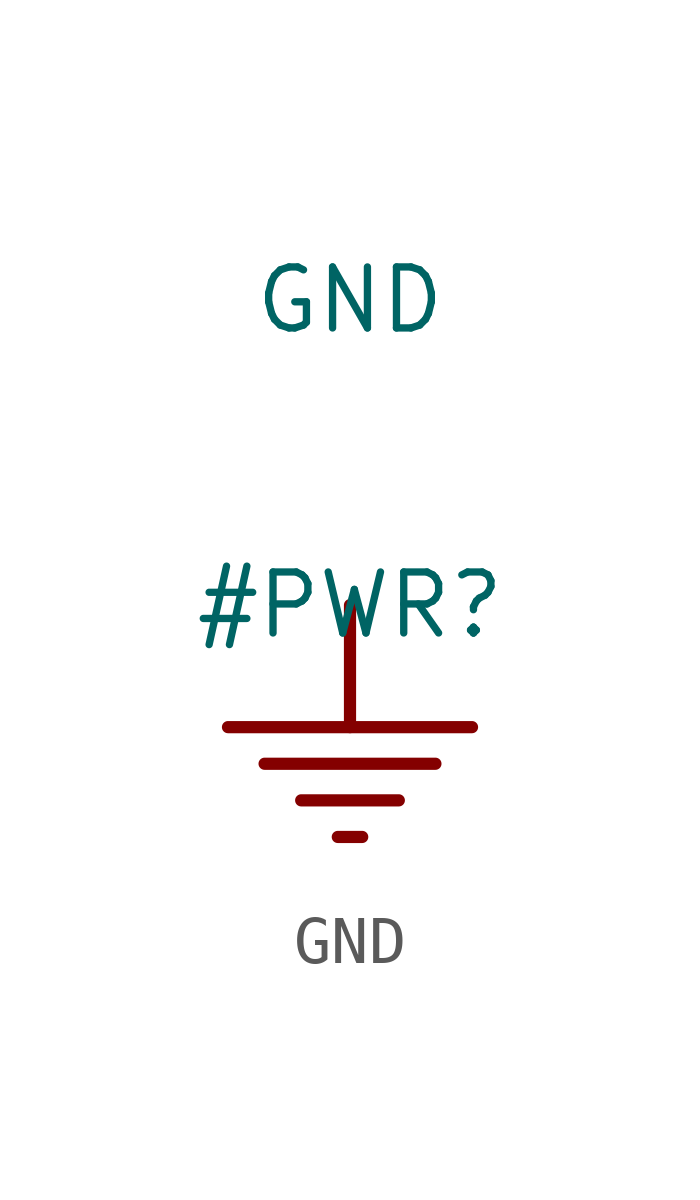
<source format=kicad_sym>
(kicad_symbol_lib
  (version 20211014)
  (generator kicad_symbol_editor)
  (symbol "GND"
    (power)
    (property "Reference" "#PWR"
      (at 0 0 0)
      (effects (font (size 1.27 1.27))))
    (property "Value" "GND"
      (at 0 6.35 0)
      (effects (font (size 1.27 1.27))))
    (symbol "GND_0_0"
      (polyline (pts (xy -2.54 -2.54) (xy 2.54 -2.54)) (stroke (width 0.254) (type default) (color 0 0 0 0)) (fill (type none)))
      (polyline (pts (xy -1.778 -3.302) (xy 1.778 -3.302)) (stroke (width 0.254) (type default) (color 0 0 0 0)) (fill (type none)))
      (polyline (pts (xy -1.016 -4.064) (xy 1.016 -4.064)) (stroke (width 0.254) (type default) (color 0 0 0 0)) (fill (type none)))
      (polyline (pts (xy -0.254 -4.826) (xy 0.254 -4.826)) (stroke (width 0.254) (type default) (color 0 0 0 0)) (fill (type none)))
      (polyline (pts (xy 0 0) (xy 0 -2.54)) (stroke (width 0.254) (type default) (color 0 0 0 0)) (fill (type none)))
      (pin power_in line (at 0 0 0) (length 0) hide (name "GND" (effects (font (size 1.27 1.27)))) (number "" (effects (font (size 1.27 1.27))))))))
</source>
